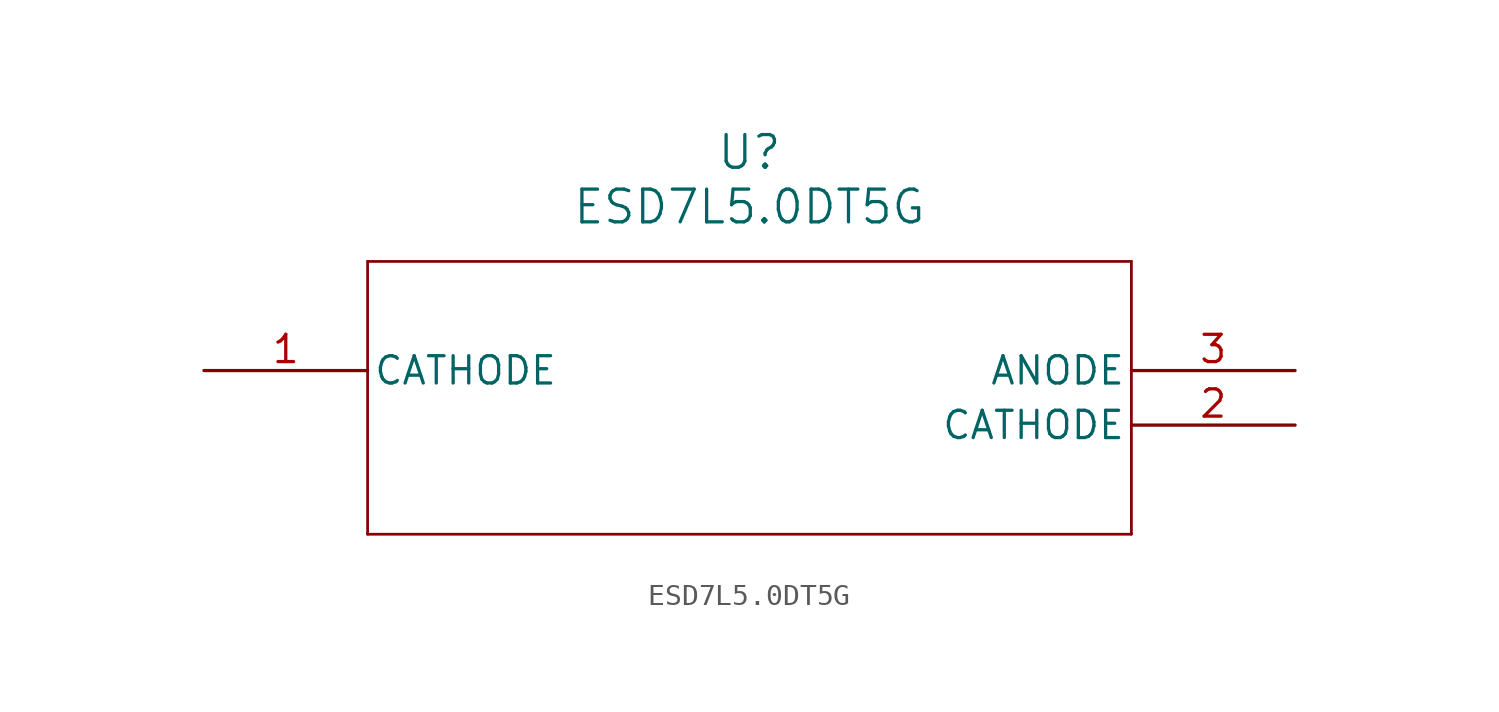
<source format=kicad_sym>
(kicad_symbol_lib
  (version 20211014)
  (generator kicad_symbol_editor)
  (symbol "ESD7L5.0DT5G"
    (pin_names
      (offset 0.254))
    (property "Reference" "U"
      (at 25.4 10.16 0)
      (effects (font (size 1.524 1.524))))
    (property "Value" "ESD7L5.0DT5G"
      (at 25.4 7.62 0)
      (effects (font (size 1.524 1.524))))
    (symbol "ESD7L5.0DT5G_0_1"
      (polyline (pts (xy 7.62 5.08) (xy 7.62 -7.62)) (stroke (width 0.127) (type default) (color 0 0 0 0)) (fill (type none)))
      (polyline (pts (xy 7.62 -7.62) (xy 43.18 -7.62)) (stroke (width 0.127) (type default) (color 0 0 0 0)) (fill (type none)))
      (polyline (pts (xy 43.18 -7.62) (xy 43.18 5.08)) (stroke (width 0.127) (type default) (color 0 0 0 0)) (fill (type none)))
      (polyline (pts (xy 43.18 5.08) (xy 7.62 5.08)) (stroke (width 0.127) (type default) (color 0 0 0 0)) (fill (type none)))
      (pin unspecified line (at 0 0 0) (length 7.62) (name "CATHODE" (effects (font (size 1.27 1.27)))) (number "1" (effects (font (size 1.27 1.27)))))
      (pin unspecified line (at 50.8 -2.54 180) (length 7.62) (name "CATHODE" (effects (font (size 1.27 1.27)))) (number "2" (effects (font (size 1.27 1.27)))))
      (pin unspecified line (at 50.8 0 180) (length 7.62) (name "ANODE" (effects (font (size 1.27 1.27)))) (number "3" (effects (font (size 1.27 1.27))))))))
</source>
